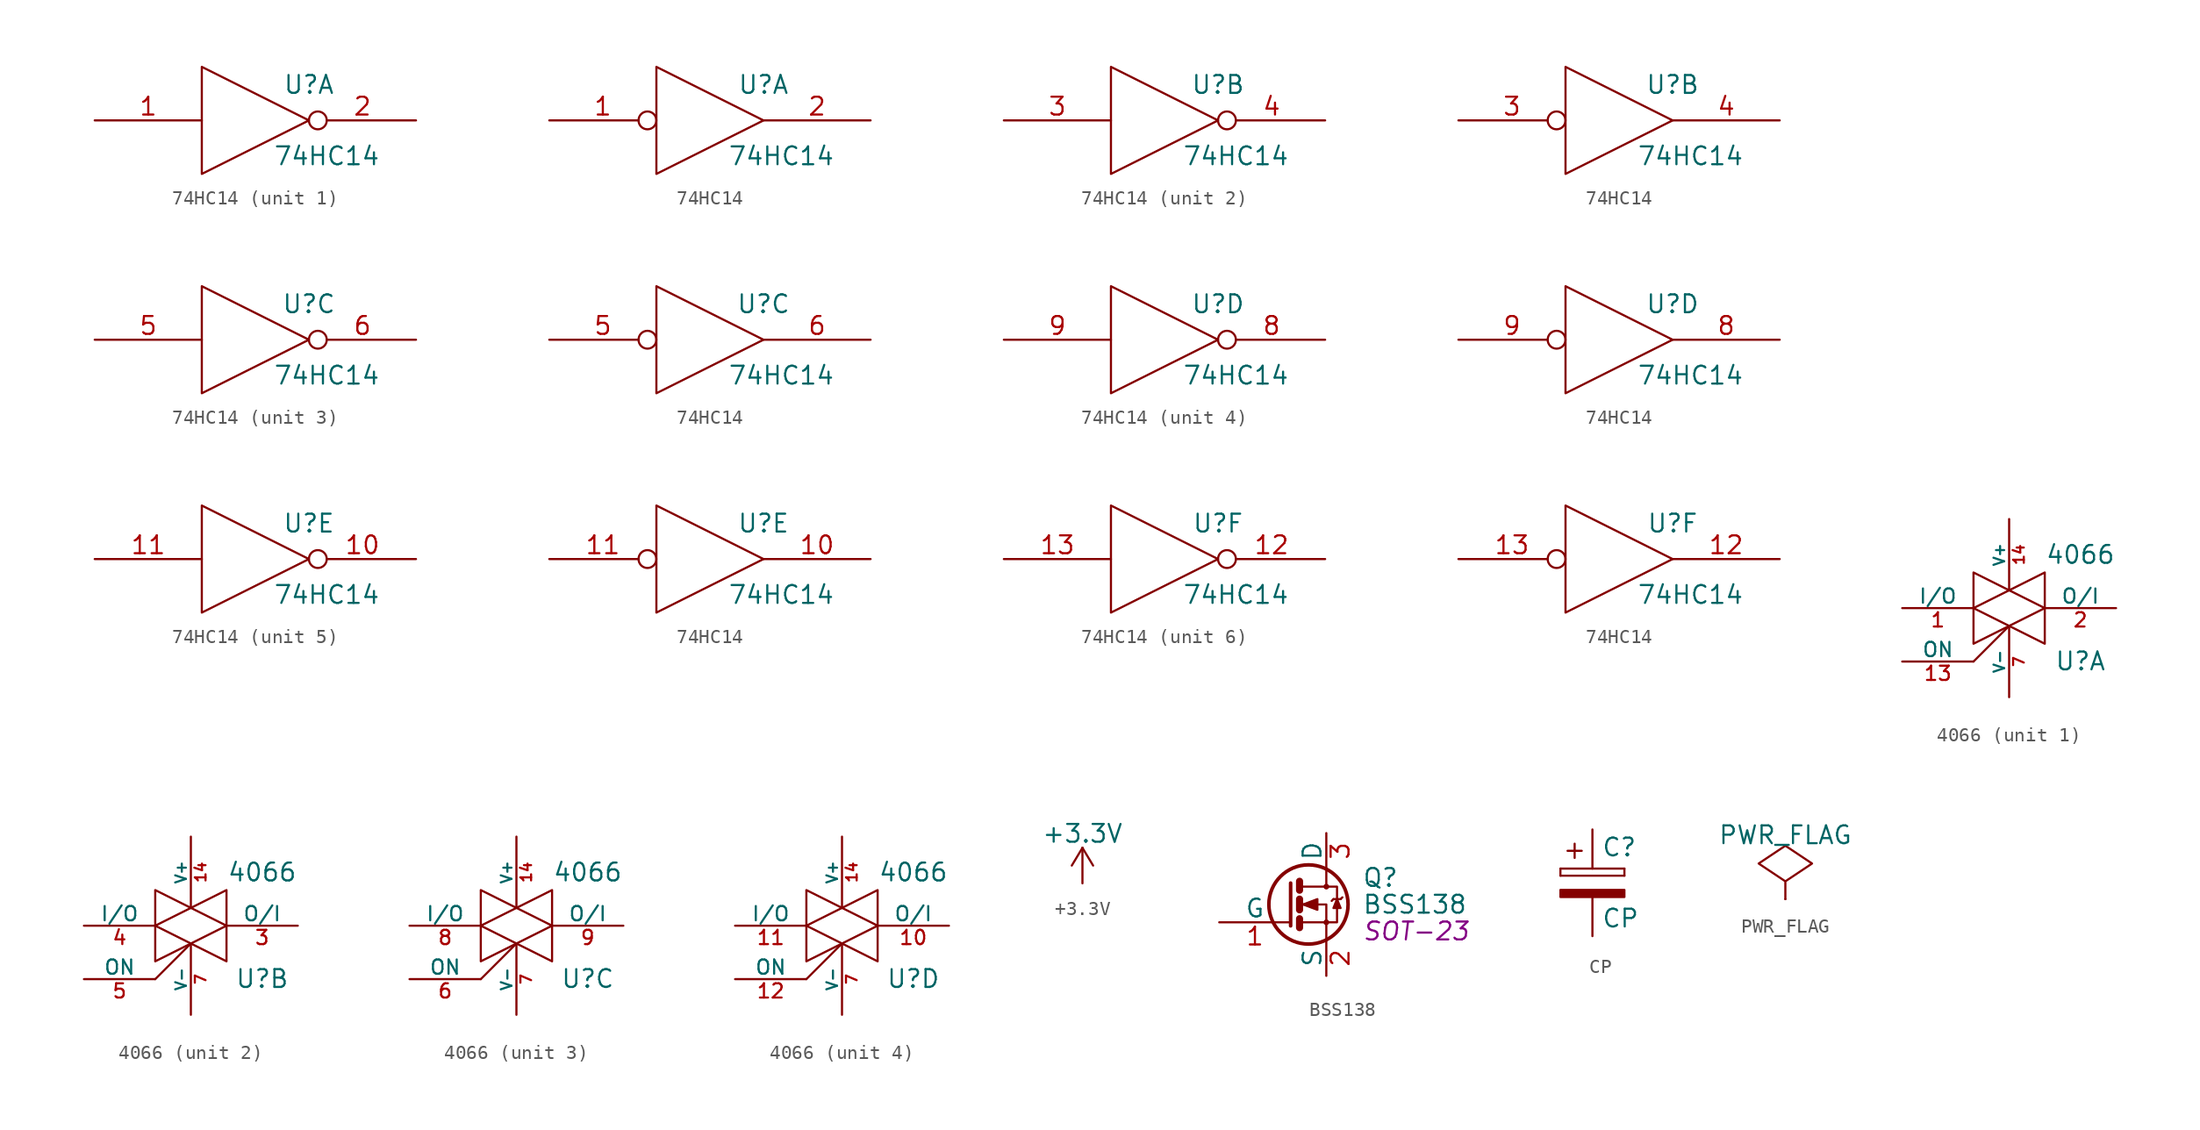
<source format=kicad_sym>
(kicad_symbol_lib
  (version 20220914)
  (generator kicad_symbol_editor)
  (symbol "74HC14"
    (pin_names
      (offset 0.762))
    (property "Reference" "U"
      (at 3.81 2.54 0)
      (effects (font (size 1.27 1.27))))
    (property "Value" "74HC14"
      (at 5.08 -2.54 0)
      (effects (font (size 1.27 1.27))))
    (property "Footprint" ""
      (at 0 0 0)
      (effects (font (size 1.27 1.27))))
    (property "Datasheet" ""
      (at 0 0 0)
      (effects (font (size 1.27 1.27))))
    (symbol "74HC14_0_0"
      (polyline (pts (xy -3.81 3.81) (xy -3.81 -3.81) (xy 3.81 0) (xy -3.81 3.81)) (stroke (width 0) (type solid)) (fill (type none)))
      (pin power_in line (at -1.27 2.54 270) (length 0) hide (name "VCC" (effects (font (size 0.508 0.508)))) (number "14" (effects (font (size 0.762 0.762)))))
      (pin power_in line (at -1.27 -2.54 90) (length 0) hide (name "GND" (effects (font (size 0.508 0.508)))) (number "7" (effects (font (size 0.762 0.762))))))
    (symbol "74HC14_1_1"
      (pin input line (at -11.43 0 0) (length 7.62) (name "~" (effects (font (size 1.27 1.27)))) (number "1" (effects (font (size 1.27 1.27)))))
      (pin output inverted (at 11.43 0 180) (length 7.62) (name "~" (effects (font (size 1.27 1.27)))) (number "2" (effects (font (size 1.27 1.27))))))
    (symbol "74HC14_1_2"
      (pin input inverted (at -11.43 0 0) (length 7.62) (name "~" (effects (font (size 1.27 1.27)))) (number "1" (effects (font (size 1.27 1.27)))))
      (pin output line (at 11.43 0 180) (length 7.62) (name "~" (effects (font (size 1.27 1.27)))) (number "2" (effects (font (size 1.27 1.27))))))
    (symbol "74HC14_2_1"
      (pin input line (at -11.43 0 0) (length 7.62) (name "~" (effects (font (size 1.27 1.27)))) (number "3" (effects (font (size 1.27 1.27)))))
      (pin output inverted (at 11.43 0 180) (length 7.62) (name "~" (effects (font (size 1.27 1.27)))) (number "4" (effects (font (size 1.27 1.27))))))
    (symbol "74HC14_2_2"
      (pin input inverted (at -11.43 0 0) (length 7.62) (name "~" (effects (font (size 1.27 1.27)))) (number "3" (effects (font (size 1.27 1.27)))))
      (pin output line (at 11.43 0 180) (length 7.62) (name "~" (effects (font (size 1.27 1.27)))) (number "4" (effects (font (size 1.27 1.27))))))
    (symbol "74HC14_3_1"
      (pin input line (at -11.43 0 0) (length 7.62) (name "~" (effects (font (size 1.27 1.27)))) (number "5" (effects (font (size 1.27 1.27)))))
      (pin output inverted (at 11.43 0 180) (length 7.62) (name "~" (effects (font (size 1.27 1.27)))) (number "6" (effects (font (size 1.27 1.27))))))
    (symbol "74HC14_3_2"
      (pin input inverted (at -11.43 0 0) (length 7.62) (name "~" (effects (font (size 1.27 1.27)))) (number "5" (effects (font (size 1.27 1.27)))))
      (pin output line (at 11.43 0 180) (length 7.62) (name "~" (effects (font (size 1.27 1.27)))) (number "6" (effects (font (size 1.27 1.27))))))
    (symbol "74HC14_4_1"
      (pin output inverted (at 11.43 0 180) (length 7.62) (name "~" (effects (font (size 1.27 1.27)))) (number "8" (effects (font (size 1.27 1.27)))))
      (pin input line (at -11.43 0 0) (length 7.62) (name "~" (effects (font (size 1.27 1.27)))) (number "9" (effects (font (size 1.27 1.27))))))
    (symbol "74HC14_4_2"
      (pin output line (at 11.43 0 180) (length 7.62) (name "~" (effects (font (size 1.27 1.27)))) (number "8" (effects (font (size 1.27 1.27)))))
      (pin input inverted (at -11.43 0 0) (length 7.62) (name "~" (effects (font (size 1.27 1.27)))) (number "9" (effects (font (size 1.27 1.27))))))
    (symbol "74HC14_5_1"
      (pin output inverted (at 11.43 0 180) (length 7.62) (name "~" (effects (font (size 1.27 1.27)))) (number "10" (effects (font (size 1.27 1.27)))))
      (pin input line (at -11.43 0 0) (length 7.62) (name "~" (effects (font (size 1.27 1.27)))) (number "11" (effects (font (size 1.27 1.27))))))
    (symbol "74HC14_5_2"
      (pin output line (at 11.43 0 180) (length 7.62) (name "~" (effects (font (size 1.27 1.27)))) (number "10" (effects (font (size 1.27 1.27)))))
      (pin input inverted (at -11.43 0 0) (length 7.62) (name "~" (effects (font (size 1.27 1.27)))) (number "11" (effects (font (size 1.27 1.27))))))
    (symbol "74HC14_6_1"
      (pin output inverted (at 11.43 0 180) (length 7.62) (name "~" (effects (font (size 1.27 1.27)))) (number "12" (effects (font (size 1.27 1.27)))))
      (pin input line (at -11.43 0 0) (length 7.62) (name "~" (effects (font (size 1.27 1.27)))) (number "13" (effects (font (size 1.27 1.27))))))
    (symbol "74HC14_6_2"
      (pin output line (at 11.43 0 180) (length 7.62) (name "~" (effects (font (size 1.27 1.27)))) (number "12" (effects (font (size 1.27 1.27)))))
      (pin input inverted (at -11.43 0 0) (length 7.62) (name "~" (effects (font (size 1.27 1.27)))) (number "13" (effects (font (size 1.27 1.27)))))))
  (symbol "4066"
    (pin_names
      (offset 0))
    (property "Reference" "U"
      (at 5.08 -3.785 0)
      (effects (font (size 1.27 1.27))))
    (property "Value" "4066"
      (at 5.08 3.81 0)
      (effects (font (size 1.27 1.27))))
    (property "Footprint" ""
      (at 0 0 0)
      (effects (font (size 1.524 1.524))))
    (property "Datasheet" ""
      (at 0 0 0)
      (effects (font (size 1.524 1.524))))
    (symbol "4066_0_1"
      (polyline (pts (xy -2.54 -3.81) (xy 0 -1.27) (xy 0 -1.27)) (stroke (width 0) (type solid)) (fill (type none)))
      (polyline (pts (xy -2.54 0) (xy 2.54 2.54) (xy 2.54 -2.54) (xy -2.54 0)) (stroke (width 0) (type solid)) (fill (type none)))
      (polyline (pts (xy -2.54 2.54) (xy 2.54 0) (xy -2.54 -2.54) (xy -2.54 2.54)) (stroke (width 0) (type solid)) (fill (type none)))
      (pin power_in line (at 0 6.35 270) (length 5.08) (name "V+" (effects (font (size 0.762 0.762)))) (number "14" (effects (font (size 0.762 0.762)))))
      (pin power_in line (at 0 -6.35 90) (length 5.08) (name "V-" (effects (font (size 0.762 0.762)))) (number "7" (effects (font (size 0.762 0.762))))))
    (symbol "4066_1_1"
      (pin passive line (at -7.62 0 0) (length 5.08) (name "I/O" (effects (font (size 1.016 1.016)))) (number "1" (effects (font (size 1.016 1.016)))))
      (pin input line (at -7.62 -3.81 0) (length 5.08) (name "ON" (effects (font (size 1.016 1.016)))) (number "13" (effects (font (size 1.016 1.016)))))
      (pin passive line (at 7.62 0 180) (length 5.08) (name "O/I" (effects (font (size 1.016 1.016)))) (number "2" (effects (font (size 1.016 1.016))))))
    (symbol "4066_2_1"
      (pin passive line (at 7.62 0 180) (length 5.08) (name "O/I" (effects (font (size 1.016 1.016)))) (number "3" (effects (font (size 1.016 1.016)))))
      (pin passive line (at -7.62 0 0) (length 5.08) (name "I/O" (effects (font (size 1.016 1.016)))) (number "4" (effects (font (size 1.016 1.016)))))
      (pin input line (at -7.62 -3.81 0) (length 5.08) (name "ON" (effects (font (size 1.016 1.016)))) (number "5" (effects (font (size 1.016 1.016))))))
    (symbol "4066_3_1"
      (pin input line (at -7.62 -3.81 0) (length 5.08) (name "ON" (effects (font (size 1.016 1.016)))) (number "6" (effects (font (size 1.016 1.016)))))
      (pin passive line (at -7.62 0 0) (length 5.08) (name "I/O" (effects (font (size 1.016 1.016)))) (number "8" (effects (font (size 1.016 1.016)))))
      (pin passive line (at 7.62 0 180) (length 5.08) (name "O/I" (effects (font (size 1.016 1.016)))) (number "9" (effects (font (size 1.016 1.016))))))
    (symbol "4066_4_1"
      (pin passive line (at 7.62 0 180) (length 5.08) (name "O/I" (effects (font (size 1.016 1.016)))) (number "10" (effects (font (size 1.016 1.016)))))
      (pin passive line (at -7.62 0 0) (length 5.08) (name "I/O" (effects (font (size 1.016 1.016)))) (number "11" (effects (font (size 1.016 1.016)))))
      (pin input line (at -7.62 -3.81 0) (length 5.08) (name "ON" (effects (font (size 1.016 1.016)))) (number "12" (effects (font (size 1.016 1.016)))))))
  (symbol "+3.3V"
    (power)
    (pin_names
      (offset 0))
    (property "Reference" "#PWR"
      (at 0 -3.81 0)
      (effects (font (size 1.27 1.27)) hide))
    (property "Value" "+3.3V"
      (at 0 3.556 0)
      (effects (font (size 1.27 1.27))))
    (property "Footprint" ""
      (at 0 0 0)
      (effects (font (size 1.27 1.27))))
    (property "Datasheet" ""
      (at 0 0 0)
      (effects (font (size 1.27 1.27))))
    (symbol "+3.3V_0_1"
      (polyline (pts (xy -0.762 1.27) (xy 0 2.54)) (stroke (width 0) (type solid)) (fill (type none)))
      (polyline (pts (xy 0 0) (xy 0 2.54)) (stroke (width 0) (type solid)) (fill (type none)))
      (polyline (pts (xy 0 2.54) (xy 0.762 1.27)) (stroke (width 0) (type solid)) (fill (type none))))
    (symbol "+3.3V_1_1"
      (pin power_in line (at 0 0 90) (length 0) hide (name "+3V3" (effects (font (size 1.27 1.27)))) (number "1" (effects (font (size 1.27 1.27)))))))
  (symbol "BSS138"
    (pin_names
      (offset 0))
    (property "Reference" "Q"
      (at 5.08 1.905 0)
      (effects (font (size 1.27 1.27)) (justify left)))
    (property "Value" "BSS138"
      (at 5.08 0 0)
      (effects (font (size 1.27 1.27)) (justify left)))
    (property "Footprint" "SOT-23"
      (at 5.08 -1.905 0)
      (effects (font (size 1.27 1.27) italic) (justify left)))
    (property "Datasheet" ""
      (at 0 0 0)
      (effects (font (size 1.27 1.27)) (justify left)))
    (symbol "BSS138_0_1"
      (polyline (pts (xy 0.635 -1.016) (xy 0.635 -1.651)) (stroke (width 0.508) (type solid)) (fill (type none)))
      (polyline (pts (xy 0.635 0.381) (xy 0.635 -0.381)) (stroke (width 0.508) (type solid)) (fill (type none)))
      (polyline (pts (xy 0.635 1.651) (xy 0.635 1.016)) (stroke (width 0.508) (type solid)) (fill (type none)))
      (polyline (pts (xy 3.048 0.381) (xy 2.921 0.254)) (stroke (width 0) (type solid)) (fill (type none)))
      (polyline (pts (xy 3.048 0.381) (xy 3.556 0.381)) (stroke (width 0) (type solid)) (fill (type none)))
      (polyline (pts (xy 3.556 0.381) (xy 3.683 0.508)) (stroke (width 0) (type solid)) (fill (type none)))
      (polyline (pts (xy 0 1.524) (xy 0 -1.524) (xy 0 -1.524)) (stroke (width 0.254) (type solid)) (fill (type none)))
      (polyline (pts (xy 0.762 -1.27) (xy 2.54 -1.27) (xy 2.54 -2.54) (xy 2.54 -2.54)) (stroke (width 0) (type solid)) (fill (type none)))
      (polyline (pts (xy 0.762 1.27) (xy 2.54 1.27) (xy 2.54 2.54) (xy 2.54 2.54)) (stroke (width 0) (type solid)) (fill (type none)))
      (polyline (pts (xy 2.54 1.27) (xy 3.302 1.27) (xy 3.302 -1.27) (xy 2.54 -1.27)) (stroke (width 0) (type solid)) (fill (type none)))
      (polyline (pts (xy 3.302 0.381) (xy 3.048 -0.254) (xy 3.556 -0.254) (xy 3.302 0.381)) (stroke (width 0) (type solid)) (fill (type outline)))
      (polyline (pts (xy 0.762 0) (xy 1.27 0) (xy 2.54 0) (xy 2.54 -1.27) (xy 2.54 -1.27)) (stroke (width 0) (type solid)) (fill (type none)))
      (polyline (pts (xy 0.889 0) (xy 1.905 0.381) (xy 1.905 -0.381) (xy 0.889 0) (xy 1.016 0) (xy 1.016 0)) (stroke (width 0) (type solid)) (fill (type outline)))
      (circle (center 1.27 0) (radius 2.819) (stroke (width 0.254) (type solid)) (fill (type none)))
      (circle (center 2.54 -1.27) (radius 0.127) (stroke (width 0) (type solid)) (fill (type none)))
      (circle (center 2.54 1.27) (radius 0.127) (stroke (width 0) (type solid)) (fill (type none))))
    (symbol "BSS138_1_1"
      (pin passive line (at -5.08 -1.27 0) (length 5.08) (name "G" (effects (font (size 1.27 1.27)))) (number "1" (effects (font (size 1.27 1.27)))))
      (pin passive line (at 2.54 -5.08 90) (length 2.54) (name "S" (effects (font (size 1.27 1.27)))) (number "2" (effects (font (size 1.27 1.27)))))
      (pin passive line (at 2.54 5.08 270) (length 2.54) (name "D" (effects (font (size 1.27 1.27)))) (number "3" (effects (font (size 1.27 1.27)))))))
  (symbol "CP"
    (pin_numbers hide)
    (pin_names
      (offset 0.254))
    (property "Reference" "C"
      (at 0.635 2.54 0)
      (effects (font (size 1.27 1.27)) (justify left)))
    (property "Value" "CP"
      (at 0.635 -2.54 0)
      (effects (font (size 1.27 1.27)) (justify left)))
    (property "Footprint" ""
      (at 0.965 -3.81 0)
      (effects (font (size 1.27 1.27))))
    (property "Datasheet" ""
      (at 0 0 0)
      (effects (font (size 1.27 1.27))))
    (symbol "CP_0_1"
      (rectangle (start -2.286 0.508) (end -2.286 1.016) (stroke (width 0) (type solid)) (fill (type none)))
      (rectangle (start -2.286 0.508) (end 2.286 0.508) (stroke (width 0) (type solid)) (fill (type none)))
      (polyline (pts (xy -1.778 2.286) (xy -0.762 2.286)) (stroke (width 0) (type solid)) (fill (type none)))
      (polyline (pts (xy -1.27 2.794) (xy -1.27 1.778)) (stroke (width 0) (type solid)) (fill (type none)))
      (rectangle (start 2.286 -0.508) (end -2.286 -1.016) (stroke (width 0) (type solid)) (fill (type outline)))
      (rectangle (start 2.286 1.016) (end -2.286 1.016) (stroke (width 0) (type solid)) (fill (type none)))
      (rectangle (start 2.286 1.016) (end 2.286 0.508) (stroke (width 0) (type solid)) (fill (type none))))
    (symbol "CP_1_1"
      (pin passive line (at 0 3.81 270) (length 2.794) (name "~" (effects (font (size 1.016 1.016)))) (number "1" (effects (font (size 1.016 1.016)))))
      (pin passive line (at 0 -3.81 90) (length 2.794) (name "~" (effects (font (size 1.016 1.016)))) (number "2" (effects (font (size 1.016 1.016)))))))
  (symbol "PWR_FLAG"
    (power)
    (pin_numbers hide)
    (pin_names
      (offset 0) hide)
    (property "Reference" "#FLG"
      (at 0 2.413 0)
      (effects (font (size 1.27 1.27)) hide))
    (property "Value" "PWR_FLAG"
      (at 0 4.572 0)
      (effects (font (size 1.27 1.27))))
    (property "Footprint" ""
      (at 0 0 0)
      (effects (font (size 1.27 1.27))))
    (property "Datasheet" ""
      (at 0 0 0)
      (effects (font (size 1.27 1.27))))
    (symbol "PWR_FLAG_0_0"
      (pin power_out line (at 0 0 90) (length 0) (name "pwr" (effects (font (size 1.27 1.27)))) (number "1" (effects (font (size 1.27 1.27))))))
    (symbol "PWR_FLAG_0_1"
      (polyline (pts (xy 0 0) (xy 0 1.27) (xy -1.905 2.54) (xy 0 3.81) (xy 1.905 2.54) (xy 0 1.27)) (stroke (width 0) (type solid)) (fill (type none))))))
</source>
